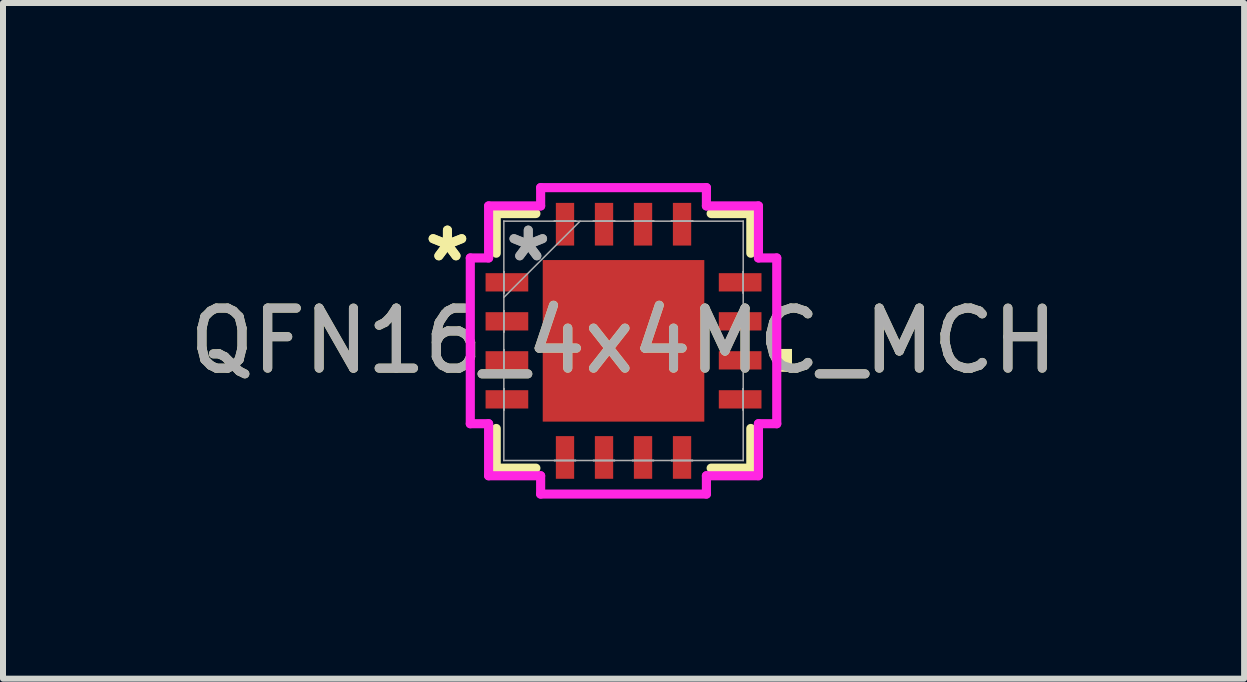
<source format=kicad_pcb>
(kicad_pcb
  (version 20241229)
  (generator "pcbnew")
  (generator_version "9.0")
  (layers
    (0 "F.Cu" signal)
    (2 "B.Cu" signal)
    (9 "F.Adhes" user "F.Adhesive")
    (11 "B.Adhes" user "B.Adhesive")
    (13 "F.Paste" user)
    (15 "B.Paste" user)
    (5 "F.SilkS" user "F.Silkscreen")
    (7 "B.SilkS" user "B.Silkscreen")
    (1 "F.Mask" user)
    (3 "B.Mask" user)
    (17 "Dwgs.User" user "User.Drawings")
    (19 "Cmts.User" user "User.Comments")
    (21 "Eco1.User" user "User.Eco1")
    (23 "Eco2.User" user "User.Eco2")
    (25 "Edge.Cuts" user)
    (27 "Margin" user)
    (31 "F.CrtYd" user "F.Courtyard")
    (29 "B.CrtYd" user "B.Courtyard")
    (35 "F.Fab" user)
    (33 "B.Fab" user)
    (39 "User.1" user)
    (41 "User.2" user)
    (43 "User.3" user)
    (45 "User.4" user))
  (footprint "QFN16_4x4MC_MCH"
    (layer "F.Cu")
    (at 7.339 2.629)
    (property "Reference" "QFN16_4x4MC_MCH" (at 0 0 0) (unlocked yes) (layer "F.SilkS") (effects (font (size 1 1) (thickness 0.15))))
    (attr smd)
    (fp_line (start -2.121 -2.121) (end -2.121 -1.46) (stroke (width 0.152) (type solid)) (layer "F.SilkS"))
    (fp_line (start -2.121 1.46) (end -2.121 2.121) (stroke (width 0.152) (type solid)) (layer "F.SilkS"))
    (fp_line (start -2.121 2.121) (end -1.46 2.121) (stroke (width 0.152) (type solid)) (layer "F.SilkS"))
    (fp_line (start -1.46 -2.121) (end -2.121 -2.121) (stroke (width 0.152) (type solid)) (layer "F.SilkS"))
    (fp_line (start 1.46 2.121) (end 2.121 2.121) (stroke (width 0.152) (type solid)) (layer "F.SilkS"))
    (fp_line (start 2.121 -2.121) (end 1.46 -2.121) (stroke (width 0.152) (type solid)) (layer "F.SilkS"))
    (fp_line (start 2.121 -1.46) (end 2.121 -2.121) (stroke (width 0.152) (type solid)) (layer "F.SilkS"))
    (fp_line (start 2.121 2.121) (end 2.121 1.46) (stroke (width 0.152) (type solid)) (layer "F.SilkS"))
    (fp_poly (pts (xy 2.807 0.135) (xy 2.807 0.516) (xy 2.553 0.516) (xy 2.553 0.135)) (stroke (width 0) (type solid)) (fill yes) (layer "F.SilkS"))
    (fp_poly (pts (xy -1.246 -1.246) (xy -1.246 -0.1) (xy -0.1 -0.1) (xy -0.1 -1.246)) (stroke (width 0) (type solid)) (fill yes) (layer "F.Paste"))
    (fp_poly (pts (xy -1.246 0.1) (xy -1.246 1.246) (xy -0.1 1.246) (xy -0.1 0.1)) (stroke (width 0) (type solid)) (fill yes) (layer "F.Paste"))
    (fp_poly (pts (xy 0.1 -1.246) (xy 0.1 -0.1) (xy 1.246 -0.1) (xy 1.246 -1.246)) (stroke (width 0) (type solid)) (fill yes) (layer "F.Paste"))
    (fp_poly (pts (xy 0.1 0.1) (xy 0.1 1.246) (xy 1.246 1.246) (xy 1.246 0.1)) (stroke (width 0) (type solid)) (fill yes) (layer "F.Paste"))
    (fp_line (start -2.553 -1.381) (end -2.248 -1.381) (stroke (width 0.152) (type solid)) (layer "F.CrtYd"))
    (fp_line (start -2.553 1.381) (end -2.553 -1.381) (stroke (width 0.152) (type solid)) (layer "F.CrtYd"))
    (fp_line (start -2.248 -2.248) (end -1.381 -2.248) (stroke (width 0.152) (type solid)) (layer "F.CrtYd"))
    (fp_line (start -2.248 -1.381) (end -2.248 -2.248) (stroke (width 0.152) (type solid)) (layer "F.CrtYd"))
    (fp_line (start -2.248 1.381) (end -2.553 1.381) (stroke (width 0.152) (type solid)) (layer "F.CrtYd"))
    (fp_line (start -2.248 2.248) (end -2.248 1.381) (stroke (width 0.152) (type solid)) (layer "F.CrtYd"))
    (fp_line (start -1.381 -2.553) (end 1.381 -2.553) (stroke (width 0.152) (type solid)) (layer "F.CrtYd"))
    (fp_line (start -1.381 -2.248) (end -1.381 -2.553) (stroke (width 0.152) (type solid)) (layer "F.CrtYd"))
    (fp_line (start -1.381 2.248) (end -2.248 2.248) (stroke (width 0.152) (type solid)) (layer "F.CrtYd"))
    (fp_line (start -1.381 2.553) (end -1.381 2.248) (stroke (width 0.152) (type solid)) (layer "F.CrtYd"))
    (fp_line (start 1.381 -2.553) (end 1.381 -2.248) (stroke (width 0.152) (type solid)) (layer "F.CrtYd"))
    (fp_line (start 1.381 -2.248) (end 2.248 -2.248) (stroke (width 0.152) (type solid)) (layer "F.CrtYd"))
    (fp_line (start 1.381 2.248) (end 1.381 2.553) (stroke (width 0.152) (type solid)) (layer "F.CrtYd"))
    (fp_line (start 1.381 2.553) (end -1.381 2.553) (stroke (width 0.152) (type solid)) (layer "F.CrtYd"))
    (fp_line (start 2.248 -2.248) (end 2.248 -1.381) (stroke (width 0.152) (type solid)) (layer "F.CrtYd"))
    (fp_line (start 2.248 -1.381) (end 2.553 -1.381) (stroke (width 0.152) (type solid)) (layer "F.CrtYd"))
    (fp_line (start 2.248 1.381) (end 2.248 2.248) (stroke (width 0.152) (type solid)) (layer "F.CrtYd"))
    (fp_line (start 2.248 2.248) (end 1.381 2.248) (stroke (width 0.152) (type solid)) (layer "F.CrtYd"))
    (fp_line (start 2.553 -1.381) (end 2.553 1.381) (stroke (width 0.152) (type solid)) (layer "F.CrtYd"))
    (fp_line (start 2.553 1.381) (end 2.248 1.381) (stroke (width 0.152) (type solid)) (layer "F.CrtYd"))
    (fp_line (start -1.994 -1.994) (end -1.994 -1.994) (stroke (width 0.025) (type solid)) (layer "F.Fab"))
    (fp_line (start -1.994 -1.994) (end -1.994 1.994) (stroke (width 0.025) (type solid)) (layer "F.Fab"))
    (fp_line (start -1.994 -1.153) (end -1.994 -1.153) (stroke (width 0.025) (type solid)) (layer "F.Fab"))
    (fp_line (start -1.994 -1.153) (end -1.994 -0.797) (stroke (width 0.025) (type solid)) (layer "F.Fab"))
    (fp_line (start -1.994 -0.797) (end -1.994 -1.153) (stroke (width 0.025) (type solid)) (layer "F.Fab"))
    (fp_line (start -1.994 -0.797) (end -1.994 -0.797) (stroke (width 0.025) (type solid)) (layer "F.Fab"))
    (fp_line (start -1.994 -0.724) (end -0.724 -1.994) (stroke (width 0.025) (type solid)) (layer "F.Fab"))
    (fp_line (start -1.994 -0.503) (end -1.994 -0.503) (stroke (width 0.025) (type solid)) (layer "F.Fab"))
    (fp_line (start -1.994 -0.503) (end -1.994 -0.147) (stroke (width 0.025) (type solid)) (layer "F.Fab"))
    (fp_line (start -1.994 -0.147) (end -1.994 -0.503) (stroke (width 0.025) (type solid)) (layer "F.Fab"))
    (fp_line (start -1.994 -0.147) (end -1.994 -0.147) (stroke (width 0.025) (type solid)) (layer "F.Fab"))
    (fp_line (start -1.994 0.147) (end -1.994 0.147) (stroke (width 0.025) (type solid)) (layer "F.Fab"))
    (fp_line (start -1.994 0.147) (end -1.994 0.503) (stroke (width 0.025) (type solid)) (layer "F.Fab"))
    (fp_line (start -1.994 0.503) (end -1.994 0.147) (stroke (width 0.025) (type solid)) (layer "F.Fab"))
    (fp_line (start -1.994 0.503) (end -1.994 0.503) (stroke (width 0.025) (type solid)) (layer "F.Fab"))
    (fp_line (start -1.994 0.797) (end -1.994 0.797) (stroke (width 0.025) (type solid)) (layer "F.Fab"))
    (fp_line (start -1.994 0.797) (end -1.994 1.153) (stroke (width 0.025) (type solid)) (layer "F.Fab"))
    (fp_line (start -1.994 1.153) (end -1.994 0.797) (stroke (width 0.025) (type solid)) (layer "F.Fab"))
    (fp_line (start -1.994 1.153) (end -1.994 1.153) (stroke (width 0.025) (type solid)) (layer "F.Fab"))
    (fp_line (start -1.994 1.994) (end -1.994 1.994) (stroke (width 0.025) (type solid)) (layer "F.Fab"))
    (fp_line (start -1.994 1.994) (end 1.994 1.994) (stroke (width 0.025) (type solid)) (layer "F.Fab"))
    (fp_line (start -1.153 -1.994) (end -1.153 -1.994) (stroke (width 0.025) (type solid)) (layer "F.Fab"))
    (fp_line (start -1.153 -1.994) (end -0.797 -1.994) (stroke (width 0.025) (type solid)) (layer "F.Fab"))
    (fp_line (start -1.153 1.994) (end -1.153 1.994) (stroke (width 0.025) (type solid)) (layer "F.Fab"))
    (fp_line (start -1.153 1.994) (end -0.797 1.994) (stroke (width 0.025) (type solid)) (layer "F.Fab"))
    (fp_line (start -0.797 -1.994) (end -1.153 -1.994) (stroke (width 0.025) (type solid)) (layer "F.Fab"))
    (fp_line (start -0.797 -1.994) (end -0.797 -1.994) (stroke (width 0.025) (type solid)) (layer "F.Fab"))
    (fp_line (start -0.797 1.994) (end -1.153 1.994) (stroke (width 0.025) (type solid)) (layer "F.Fab"))
    (fp_line (start -0.797 1.994) (end -0.797 1.994) (stroke (width 0.025) (type solid)) (layer "F.Fab"))
    (fp_line (start -0.503 -1.994) (end -0.503 -1.994) (stroke (width 0.025) (type solid)) (layer "F.Fab"))
    (fp_line (start -0.503 -1.994) (end -0.147 -1.994) (stroke (width 0.025) (type solid)) (layer "F.Fab"))
    (fp_line (start -0.503 1.994) (end -0.503 1.994) (stroke (width 0.025) (type solid)) (layer "F.Fab"))
    (fp_line (start -0.503 1.994) (end -0.147 1.994) (stroke (width 0.025) (type solid)) (layer "F.Fab"))
    (fp_line (start -0.147 -1.994) (end -0.503 -1.994) (stroke (width 0.025) (type solid)) (layer "F.Fab"))
    (fp_line (start -0.147 -1.994) (end -0.147 -1.994) (stroke (width 0.025) (type solid)) (layer "F.Fab"))
    (fp_line (start -0.147 1.994) (end -0.503 1.994) (stroke (width 0.025) (type solid)) (layer "F.Fab"))
    (fp_line (start -0.147 1.994) (end -0.147 1.994) (stroke (width 0.025) (type solid)) (layer "F.Fab"))
    (fp_line (start 0.147 -1.994) (end 0.147 -1.994) (stroke (width 0.025) (type solid)) (layer "F.Fab"))
    (fp_line (start 0.147 -1.994) (end 0.503 -1.994) (stroke (width 0.025) (type solid)) (layer "F.Fab"))
    (fp_line (start 0.147 1.994) (end 0.147 1.994) (stroke (width 0.025) (type solid)) (layer "F.Fab"))
    (fp_line (start 0.147 1.994) (end 0.503 1.994) (stroke (width 0.025) (type solid)) (layer "F.Fab"))
    (fp_line (start 0.503 -1.994) (end 0.147 -1.994) (stroke (width 0.025) (type solid)) (layer "F.Fab"))
    (fp_line (start 0.503 -1.994) (end 0.503 -1.994) (stroke (width 0.025) (type solid)) (layer "F.Fab"))
    (fp_line (start 0.503 1.994) (end 0.147 1.994) (stroke (width 0.025) (type solid)) (layer "F.Fab"))
    (fp_line (start 0.503 1.994) (end 0.503 1.994) (stroke (width 0.025) (type solid)) (layer "F.Fab"))
    (fp_line (start 0.797 -1.994) (end 0.797 -1.994) (stroke (width 0.025) (type solid)) (layer "F.Fab"))
    (fp_line (start 0.797 -1.994) (end 1.153 -1.994) (stroke (width 0.025) (type solid)) (layer "F.Fab"))
    (fp_line (start 0.797 1.994) (end 0.797 1.994) (stroke (width 0.025) (type solid)) (layer "F.Fab"))
    (fp_line (start 0.797 1.994) (end 1.153 1.994) (stroke (width 0.025) (type solid)) (layer "F.Fab"))
    (fp_line (start 1.153 -1.994) (end 0.797 -1.994) (stroke (width 0.025) (type solid)) (layer "F.Fab"))
    (fp_line (start 1.153 -1.994) (end 1.153 -1.994) (stroke (width 0.025) (type solid)) (layer "F.Fab"))
    (fp_line (start 1.153 1.994) (end 0.797 1.994) (stroke (width 0.025) (type solid)) (layer "F.Fab"))
    (fp_line (start 1.153 1.994) (end 1.153 1.994) (stroke (width 0.025) (type solid)) (layer "F.Fab"))
    (fp_line (start 1.994 -1.994) (end -1.994 -1.994) (stroke (width 0.025) (type solid)) (layer "F.Fab"))
    (fp_line (start 1.994 -1.994) (end 1.994 -1.994) (stroke (width 0.025) (type solid)) (layer "F.Fab"))
    (fp_line (start 1.994 -1.153) (end 1.994 -1.153) (stroke (width 0.025) (type solid)) (layer "F.Fab"))
    (fp_line (start 1.994 -1.153) (end 1.994 -0.797) (stroke (width 0.025) (type solid)) (layer "F.Fab"))
    (fp_line (start 1.994 -0.797) (end 1.994 -1.153) (stroke (width 0.025) (type solid)) (layer "F.Fab"))
    (fp_line (start 1.994 -0.797) (end 1.994 -0.797) (stroke (width 0.025) (type solid)) (layer "F.Fab"))
    (fp_line (start 1.994 -0.503) (end 1.994 -0.503) (stroke (width 0.025) (type solid)) (layer "F.Fab"))
    (fp_line (start 1.994 -0.503) (end 1.994 -0.147) (stroke (width 0.025) (type solid)) (layer "F.Fab"))
    (fp_line (start 1.994 -0.147) (end 1.994 -0.503) (stroke (width 0.025) (type solid)) (layer "F.Fab"))
    (fp_line (start 1.994 -0.147) (end 1.994 -0.147) (stroke (width 0.025) (type solid)) (layer "F.Fab"))
    (fp_line (start 1.994 0.147) (end 1.994 0.147) (stroke (width 0.025) (type solid)) (layer "F.Fab"))
    (fp_line (start 1.994 0.147) (end 1.994 0.503) (stroke (width 0.025) (type solid)) (layer "F.Fab"))
    (fp_line (start 1.994 0.503) (end 1.994 0.147) (stroke (width 0.025) (type solid)) (layer "F.Fab"))
    (fp_line (start 1.994 0.503) (end 1.994 0.503) (stroke (width 0.025) (type solid)) (layer "F.Fab"))
    (fp_line (start 1.994 0.797) (end 1.994 0.797) (stroke (width 0.025) (type solid)) (layer "F.Fab"))
    (fp_line (start 1.994 0.797) (end 1.994 1.153) (stroke (width 0.025) (type solid)) (layer "F.Fab"))
    (fp_line (start 1.994 1.153) (end 1.994 0.797) (stroke (width 0.025) (type solid)) (layer "F.Fab"))
    (fp_line (start 1.994 1.153) (end 1.994 1.153) (stroke (width 0.025) (type solid)) (layer "F.Fab"))
    (fp_line (start 1.994 1.994) (end 1.994 -1.994) (stroke (width 0.025) (type solid)) (layer "F.Fab"))
    (fp_line (start 1.994 1.994) (end 1.994 1.994) (stroke (width 0.025) (type solid)) (layer "F.Fab"))
    (fp_text user "*" (at -2.934 -1.3 0) (layer "F.SilkS") (effects (font (size 1 1) (thickness 0.15))))
    (fp_text user "*" (at -2.934 -1.3 0) (unlocked yes) (layer "F.SilkS") (effects (font (size 1 1) (thickness 0.15))))
    (fp_text user "*" (at -1.587 -1.3 0) (unlocked yes) (layer "F.Fab") (effects (font (size 1 1) (thickness 0.15))))
    (fp_text user "*" (at -1.587 -1.3 0) (layer "F.Fab") (effects (font (size 1 1) (thickness 0.15))))
    (fp_text user "${REFERENCE}" (at 0 0 0) (unlocked yes) (layer "F.Fab") (effects (font (size 1 1) (thickness 0.15))))
    (pad "1" smd rect (at -1.943 -0.975 90) (size 0.305 0.711) (layers "F.Cu" "F.Mask" "F.Paste"))
    (pad "2" smd rect (at -1.943 -0.325 90) (size 0.305 0.711) (layers "F.Cu" "F.Mask" "F.Paste"))
    (pad "3" smd rect (at -1.943 0.325 90) (size 0.305 0.711) (layers "F.Cu" "F.Mask" "F.Paste"))
    (pad "4" smd rect (at -1.943 0.975 90) (size 0.305 0.711) (layers "F.Cu" "F.Mask" "F.Paste"))
    (pad "5" smd rect (at -0.975 1.943) (size 0.305 0.711) (layers "F.Cu" "F.Mask" "F.Paste"))
    (pad "6" smd rect (at -0.325 1.943) (size 0.305 0.711) (layers "F.Cu" "F.Mask" "F.Paste"))
    (pad "7" smd rect (at 0.325 1.943) (size 0.305 0.711) (layers "F.Cu" "F.Mask" "F.Paste"))
    (pad "8" smd rect (at 0.975 1.943) (size 0.305 0.711) (layers "F.Cu" "F.Mask" "F.Paste"))
    (pad "9" smd rect (at 1.943 0.975 90) (size 0.305 0.711) (layers "F.Cu" "F.Mask" "F.Paste"))
    (pad "10" smd rect (at 1.943 0.325 90) (size 0.305 0.711) (layers "F.Cu" "F.Mask" "F.Paste"))
    (pad "11" smd rect (at 1.943 -0.325 90) (size 0.305 0.711) (layers "F.Cu" "F.Mask" "F.Paste"))
    (pad "12" smd rect (at 1.943 -0.975 90) (size 0.305 0.711) (layers "F.Cu" "F.Mask" "F.Paste"))
    (pad "13" smd rect (at 0.975 -1.943) (size 0.305 0.711) (layers "F.Cu" "F.Mask" "F.Paste"))
    (pad "14" smd rect (at 0.325 -1.943) (size 0.305 0.711) (layers "F.Cu" "F.Mask" "F.Paste"))
    (pad "15" smd rect (at -0.325 -1.943) (size 0.305 0.711) (layers "F.Cu" "F.Mask" "F.Paste"))
    (pad "16" smd rect (at -0.975 -1.943) (size 0.305 0.711) (layers "F.Cu" "F.Mask" "F.Paste"))
    (pad "17" smd rect (at 0 0) (size 2.692 2.692) (layers "F.Cu" "F.Mask" "F.Paste")))
  (gr_rect
    (start -3 -3)
    (end 17.679 8.258)
    (stroke (width 0.1) (type default))
    (fill no)
    (layer "Edge.Cuts")))
</source>
